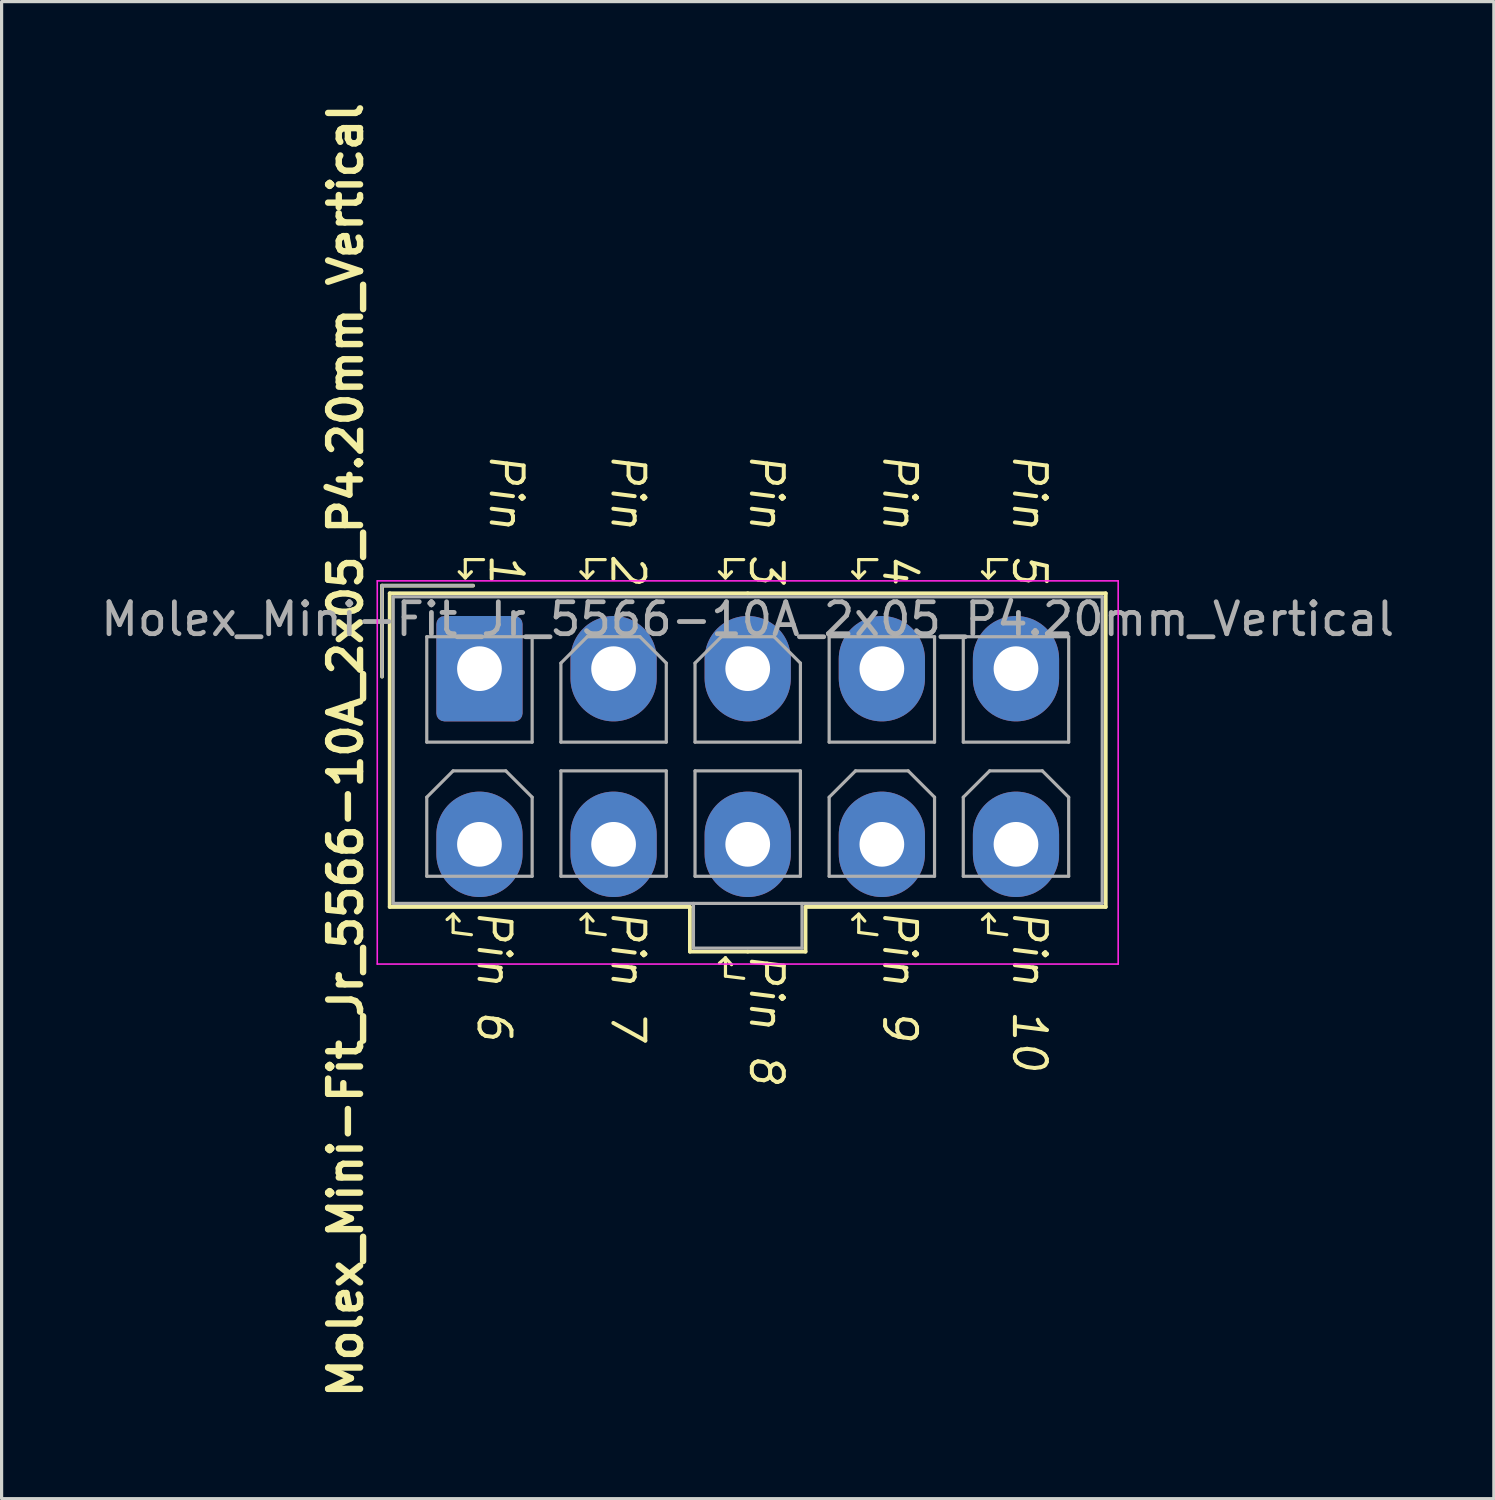
<source format=kicad_pcb>
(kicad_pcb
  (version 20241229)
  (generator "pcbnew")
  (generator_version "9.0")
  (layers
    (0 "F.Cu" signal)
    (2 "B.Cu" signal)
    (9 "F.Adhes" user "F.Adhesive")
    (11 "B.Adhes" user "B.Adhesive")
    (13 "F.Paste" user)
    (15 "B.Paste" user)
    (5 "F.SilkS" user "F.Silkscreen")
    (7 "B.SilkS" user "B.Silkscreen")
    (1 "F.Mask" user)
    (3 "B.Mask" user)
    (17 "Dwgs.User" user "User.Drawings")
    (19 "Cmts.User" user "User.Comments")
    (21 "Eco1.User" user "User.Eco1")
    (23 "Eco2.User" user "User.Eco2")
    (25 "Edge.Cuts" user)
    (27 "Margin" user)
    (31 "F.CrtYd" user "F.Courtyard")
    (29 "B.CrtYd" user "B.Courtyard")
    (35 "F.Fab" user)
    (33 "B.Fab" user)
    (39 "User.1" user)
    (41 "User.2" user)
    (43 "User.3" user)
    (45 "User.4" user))
  (footprint "Molex_Mini-Fit_Jr_5566-10A_2x05_P4.20mm_Vertical"
    (layer "F.Cu")
    (at 11.963 17.888)
    (property "Reference" "Molex_Mini-Fit_Jr_5566-10A_2x05_P4.20mm_Vertical" (at -4.191 2.55 90) (layer "F.SilkS") (effects (font (size 1 1) (thickness 0.2) (bold yes))))
    (attr through_hole)
    (fp_line (start -3.05 -2.6) (end -3.05 0.25) (stroke (width 0.12) (type solid)) (layer "F.SilkS"))
    (fp_line (start -2.81 -2.36) (end -2.81 7.46) (stroke (width 0.12) (type solid)) (layer "F.SilkS"))
    (fp_line (start -2.81 7.46) (end 6.59 7.46) (stroke (width 0.12) (type solid)) (layer "F.SilkS"))
    (fp_line (start -0.2 -2.6) (end -3.05 -2.6) (stroke (width 0.12) (type solid)) (layer "F.SilkS"))
    (fp_line (start 6.59 7.46) (end 6.59 8.86) (stroke (width 0.12) (type solid)) (layer "F.SilkS"))
    (fp_line (start 6.59 8.86) (end 8.4 8.86) (stroke (width 0.12) (type solid)) (layer "F.SilkS"))
    (fp_line (start 8.4 -2.36) (end -2.81 -2.36) (stroke (width 0.12) (type solid)) (layer "F.SilkS"))
    (fp_line (start 8.4 -2.36) (end 19.61 -2.36) (stroke (width 0.12) (type solid)) (layer "F.SilkS"))
    (fp_line (start 10.21 7.46) (end 10.21 8.86) (stroke (width 0.12) (type solid)) (layer "F.SilkS"))
    (fp_line (start 10.21 8.86) (end 8.4 8.86) (stroke (width 0.12) (type solid)) (layer "F.SilkS"))
    (fp_line (start 19.61 -2.36) (end 19.61 7.46) (stroke (width 0.12) (type solid)) (layer "F.SilkS"))
    (fp_line (start 19.61 7.46) (end 10.21 7.46) (stroke (width 0.12) (type solid)) (layer "F.SilkS"))
    (fp_line (start -3.2 -2.75) (end -3.2 9.25) (stroke (width 0.05) (type solid)) (layer "F.CrtYd"))
    (fp_line (start -3.2 9.25) (end 20 9.25) (stroke (width 0.05) (type solid)) (layer "F.CrtYd"))
    (fp_line (start 20 -2.75) (end -3.2 -2.75) (stroke (width 0.05) (type solid)) (layer "F.CrtYd"))
    (fp_line (start 20 9.25) (end 20 -2.75) (stroke (width 0.05) (type solid)) (layer "F.CrtYd"))
    (fp_line (start -3.05 -2.6) (end -3.05 0.25) (stroke (width 0.1) (type solid)) (layer "F.Fab"))
    (fp_line (start -2.7 -2.25) (end -2.7 7.35) (stroke (width 0.1) (type solid)) (layer "F.Fab"))
    (fp_line (start -2.7 7.35) (end 19.5 7.35) (stroke (width 0.1) (type solid)) (layer "F.Fab"))
    (fp_line (start -1.65 -1) (end -1.65 2.3) (stroke (width 0.1) (type solid)) (layer "F.Fab"))
    (fp_line (start -1.65 2.3) (end 1.65 2.3) (stroke (width 0.1) (type solid)) (layer "F.Fab"))
    (fp_line (start -1.65 4.025) (end -0.825 3.2) (stroke (width 0.1) (type solid)) (layer "F.Fab"))
    (fp_line (start -1.65 6.5) (end -1.65 4.025) (stroke (width 0.1) (type solid)) (layer "F.Fab"))
    (fp_line (start -0.825 3.2) (end 0.825 3.2) (stroke (width 0.1) (type solid)) (layer "F.Fab"))
    (fp_line (start -0.2 -2.6) (end -3.05 -2.6) (stroke (width 0.1) (type solid)) (layer "F.Fab"))
    (fp_line (start 0.825 3.2) (end 1.65 4.025) (stroke (width 0.1) (type solid)) (layer "F.Fab"))
    (fp_line (start 1.65 -1) (end -1.65 -1) (stroke (width 0.1) (type solid)) (layer "F.Fab"))
    (fp_line (start 1.65 2.3) (end 1.65 -1) (stroke (width 0.1) (type solid)) (layer "F.Fab"))
    (fp_line (start 1.65 4.025) (end 1.65 6.5) (stroke (width 0.1) (type solid)) (layer "F.Fab"))
    (fp_line (start 1.65 6.5) (end -1.65 6.5) (stroke (width 0.1) (type solid)) (layer "F.Fab"))
    (fp_line (start 2.55 -0.175) (end 3.375 -1) (stroke (width 0.1) (type solid)) (layer "F.Fab"))
    (fp_line (start 2.55 2.3) (end 2.55 -0.175) (stroke (width 0.1) (type solid)) (layer "F.Fab"))
    (fp_line (start 2.55 3.2) (end 2.55 6.5) (stroke (width 0.1) (type solid)) (layer "F.Fab"))
    (fp_line (start 2.55 6.5) (end 5.85 6.5) (stroke (width 0.1) (type solid)) (layer "F.Fab"))
    (fp_line (start 3.375 -1) (end 5.025 -1) (stroke (width 0.1) (type solid)) (layer "F.Fab"))
    (fp_line (start 5.025 -1) (end 5.85 -0.175) (stroke (width 0.1) (type solid)) (layer "F.Fab"))
    (fp_line (start 5.85 -0.175) (end 5.85 2.3) (stroke (width 0.1) (type solid)) (layer "F.Fab"))
    (fp_line (start 5.85 2.3) (end 2.55 2.3) (stroke (width 0.1) (type solid)) (layer "F.Fab"))
    (fp_line (start 5.85 3.2) (end 2.55 3.2) (stroke (width 0.1) (type solid)) (layer "F.Fab"))
    (fp_line (start 5.85 6.5) (end 5.85 3.2) (stroke (width 0.1) (type solid)) (layer "F.Fab"))
    (fp_line (start 6.7 7.35) (end 6.7 8.75) (stroke (width 0.1) (type solid)) (layer "F.Fab"))
    (fp_line (start 6.7 8.75) (end 10.1 8.75) (stroke (width 0.1) (type solid)) (layer "F.Fab"))
    (fp_line (start 6.75 -0.175) (end 7.575 -1) (stroke (width 0.1) (type solid)) (layer "F.Fab"))
    (fp_line (start 6.75 2.3) (end 6.75 -0.175) (stroke (width 0.1) (type solid)) (layer "F.Fab"))
    (fp_line (start 6.75 3.2) (end 6.75 6.5) (stroke (width 0.1) (type solid)) (layer "F.Fab"))
    (fp_line (start 6.75 6.5) (end 10.05 6.5) (stroke (width 0.1) (type solid)) (layer "F.Fab"))
    (fp_line (start 7.575 -1) (end 9.225 -1) (stroke (width 0.1) (type solid)) (layer "F.Fab"))
    (fp_line (start 9.225 -1) (end 10.05 -0.175) (stroke (width 0.1) (type solid)) (layer "F.Fab"))
    (fp_line (start 10.05 -0.175) (end 10.05 2.3) (stroke (width 0.1) (type solid)) (layer "F.Fab"))
    (fp_line (start 10.05 2.3) (end 6.75 2.3) (stroke (width 0.1) (type solid)) (layer "F.Fab"))
    (fp_line (start 10.05 3.2) (end 6.75 3.2) (stroke (width 0.1) (type solid)) (layer "F.Fab"))
    (fp_line (start 10.05 6.5) (end 10.05 3.2) (stroke (width 0.1) (type solid)) (layer "F.Fab"))
    (fp_line (start 10.1 8.75) (end 10.1 7.35) (stroke (width 0.1) (type solid)) (layer "F.Fab"))
    (fp_line (start 10.95 -1) (end 10.95 2.3) (stroke (width 0.1) (type solid)) (layer "F.Fab"))
    (fp_line (start 10.95 2.3) (end 14.25 2.3) (stroke (width 0.1) (type solid)) (layer "F.Fab"))
    (fp_line (start 10.95 4.025) (end 11.775 3.2) (stroke (width 0.1) (type solid)) (layer "F.Fab"))
    (fp_line (start 10.95 6.5) (end 10.95 4.025) (stroke (width 0.1) (type solid)) (layer "F.Fab"))
    (fp_line (start 11.775 3.2) (end 13.425 3.2) (stroke (width 0.1) (type solid)) (layer "F.Fab"))
    (fp_line (start 13.425 3.2) (end 14.25 4.025) (stroke (width 0.1) (type solid)) (layer "F.Fab"))
    (fp_line (start 14.25 -1) (end 10.95 -1) (stroke (width 0.1) (type solid)) (layer "F.Fab"))
    (fp_line (start 14.25 2.3) (end 14.25 -1) (stroke (width 0.1) (type solid)) (layer "F.Fab"))
    (fp_line (start 14.25 4.025) (end 14.25 6.5) (stroke (width 0.1) (type solid)) (layer "F.Fab"))
    (fp_line (start 14.25 6.5) (end 10.95 6.5) (stroke (width 0.1) (type solid)) (layer "F.Fab"))
    (fp_line (start 15.15 -1) (end 15.15 2.3) (stroke (width 0.1) (type solid)) (layer "F.Fab"))
    (fp_line (start 15.15 2.3) (end 18.45 2.3) (stroke (width 0.1) (type solid)) (layer "F.Fab"))
    (fp_line (start 15.15 4.025) (end 15.975 3.2) (stroke (width 0.1) (type solid)) (layer "F.Fab"))
    (fp_line (start 15.15 6.5) (end 15.15 4.025) (stroke (width 0.1) (type solid)) (layer "F.Fab"))
    (fp_line (start 15.975 3.2) (end 17.625 3.2) (stroke (width 0.1) (type solid)) (layer "F.Fab"))
    (fp_line (start 17.625 3.2) (end 18.45 4.025) (stroke (width 0.1) (type solid)) (layer "F.Fab"))
    (fp_line (start 18.45 -1) (end 15.15 -1) (stroke (width 0.1) (type solid)) (layer "F.Fab"))
    (fp_line (start 18.45 2.3) (end 18.45 -1) (stroke (width 0.1) (type solid)) (layer "F.Fab"))
    (fp_line (start 18.45 4.025) (end 18.45 6.5) (stroke (width 0.1) (type solid)) (layer "F.Fab"))
    (fp_line (start 18.45 6.5) (end 15.15 6.5) (stroke (width 0.1) (type solid)) (layer "F.Fab"))
    (fp_line (start 19.5 -2.25) (end -2.7 -2.25) (stroke (width 0.1) (type solid)) (layer "F.Fab"))
    (fp_line (start 19.5 7.35) (end 19.5 -2.25) (stroke (width 0.1) (type solid)) (layer "F.Fab"))
    (fp_text user "↳" (at 15.621 -2.54 270) (unlocked yes) (layer "F.SilkS") (effects (font (size 1 1) (thickness 0.1)) (justify right bottom)))
    (fp_text user "↲" (at 11.558 7.366 270) (unlocked yes) (layer "F.SilkS") (effects (font (size 1 1) (thickness 0.1) (italic yes)) (justify left bottom)))
    (fp_text user "Pin 2" (at 4.064 -2.54 270) (unlocked yes) (layer "F.SilkS") (effects (font (size 1 1) (thickness 0.125) (italic yes)) (justify right bottom)))
    (fp_text user "Pin 6" (at -0.127 7.493 270) (unlocked yes) (layer "F.SilkS") (effects (font (size 1 1) (thickness 0.125) (italic yes)) (justify left bottom)))
    (fp_text user "Pin 9" (at 12.573 7.493 270) (unlocked yes) (layer "F.SilkS") (effects (font (size 1 1) (thickness 0.125) (italic yes)) (justify left bottom)))
    (fp_text user "↳" (at 11.557 -2.54 270) (unlocked yes) (layer "F.SilkS") (effects (font (size 1 1) (thickness 0.1)) (justify right bottom)))
    (fp_text user "Pin 10" (at 16.637 7.493 270) (unlocked yes) (layer "F.SilkS") (effects (font (size 1 1) (thickness 0.125) (italic yes)) (justify left bottom)))
    (fp_text user "↲" (at 7.385 8.733 270) (unlocked yes) (layer "F.SilkS") (effects (font (size 1 1) (thickness 0.1) (italic yes)) (justify left bottom)))
    (fp_text user "Pin 3" (at 8.4 -2.54 270) (unlocked yes) (layer "F.SilkS") (effects (font (size 1 1) (thickness 0.125) (italic yes)) (justify right bottom)))
    (fp_text user "↳" (at 3.048 -2.54 270) (unlocked yes) (layer "F.SilkS") (effects (font (size 1 1) (thickness 0.1)) (justify right bottom)))
    (fp_text user "Pin 7" (at 4.064 7.493 270) (unlocked yes) (layer "F.SilkS") (effects (font (size 1 1) (thickness 0.125) (italic yes)) (justify left bottom)))
    (fp_text user "Pin 5" (at 16.637 -2.54 270) (unlocked yes) (layer "F.SilkS") (effects (font (size 1 1) (thickness 0.125) (italic yes)) (justify right bottom)))
    (fp_text user "Pin 8" (at 8.4 8.86 270) (unlocked yes) (layer "F.SilkS") (effects (font (size 1 1) (thickness 0.125) (italic yes)) (justify left bottom)))
    (fp_text user "Pin 1" (at 0.254 -2.54 270) (unlocked yes) (layer "F.SilkS") (effects (font (size 1 1) (thickness 0.125) (italic yes)) (justify right bottom)))
    (fp_text user "↲" (at -1.142 7.366 270) (unlocked yes) (layer "F.SilkS") (effects (font (size 1 1) (thickness 0.1) (italic yes)) (justify left bottom)))
    (fp_text user "↲" (at 3.049 7.366 270) (unlocked yes) (layer "F.SilkS") (effects (font (size 1 1) (thickness 0.1) (italic yes)) (justify left bottom)))
    (fp_text user "↳" (at 7.384 -2.54 270) (unlocked yes) (layer "F.SilkS") (effects (font (size 1 1) (thickness 0.1)) (justify right bottom)))
    (fp_text user "Pin 4" (at 12.573 -2.54 270) (unlocked yes) (layer "F.SilkS") (effects (font (size 1 1) (thickness 0.125) (italic yes)) (justify right bottom)))
    (fp_text user "↳" (at -0.762 -2.54 270) (unlocked yes) (layer "F.SilkS") (effects (font (size 1 1) (thickness 0.1)) (justify right bottom)))
    (fp_text user "↲" (at 15.622 7.366 270) (unlocked yes) (layer "F.SilkS") (effects (font (size 1 1) (thickness 0.1) (italic yes)) (justify left bottom)))
    (fp_text user "${REFERENCE}" (at 8.4 -1.55 0) (layer "F.Fab") (effects (font (size 1 1) (thickness 0.15))))
    (pad "1" thru_hole roundrect (at 0 0) (size 2.7 3.3) (drill 1.4) (layers "*.Cu" "*.Mask") (roundrect_rratio 0.093))
    (pad "2" thru_hole oval (at 4.2 0) (size 2.7 3.3) (drill 1.4) (layers "*.Cu" "*.Mask"))
    (pad "3" thru_hole oval (at 8.4 0) (size 2.7 3.3) (drill 1.4) (layers "*.Cu" "*.Mask"))
    (pad "4" thru_hole oval (at 12.6 0) (size 2.7 3.3) (drill 1.4) (layers "*.Cu" "*.Mask"))
    (pad "5" thru_hole oval (at 16.8 0) (size 2.7 3.3) (drill 1.4) (layers "*.Cu" "*.Mask"))
    (pad "6" thru_hole oval (at 0 5.5) (size 2.7 3.3) (drill 1.4) (layers "*.Cu" "*.Mask"))
    (pad "7" thru_hole oval (at 4.2 5.5) (size 2.7 3.3) (drill 1.4) (layers "*.Cu" "*.Mask"))
    (pad "8" thru_hole oval (at 8.4 5.5) (size 2.7 3.3) (drill 1.4) (layers "*.Cu" "*.Mask"))
    (pad "9" thru_hole oval (at 12.6 5.5) (size 2.7 3.3) (drill 1.4) (layers "*.Cu" "*.Mask"))
    (pad "10" thru_hole oval (at 16.8 5.5) (size 2.7 3.3) (drill 1.4) (layers "*.Cu" "*.Mask")))
  (gr_rect
    (start -3 -3)
    (end 43.726 43.876)
    (stroke (width 0.1) (type default))
    (fill no)
    (layer "Edge.Cuts")))
</source>
